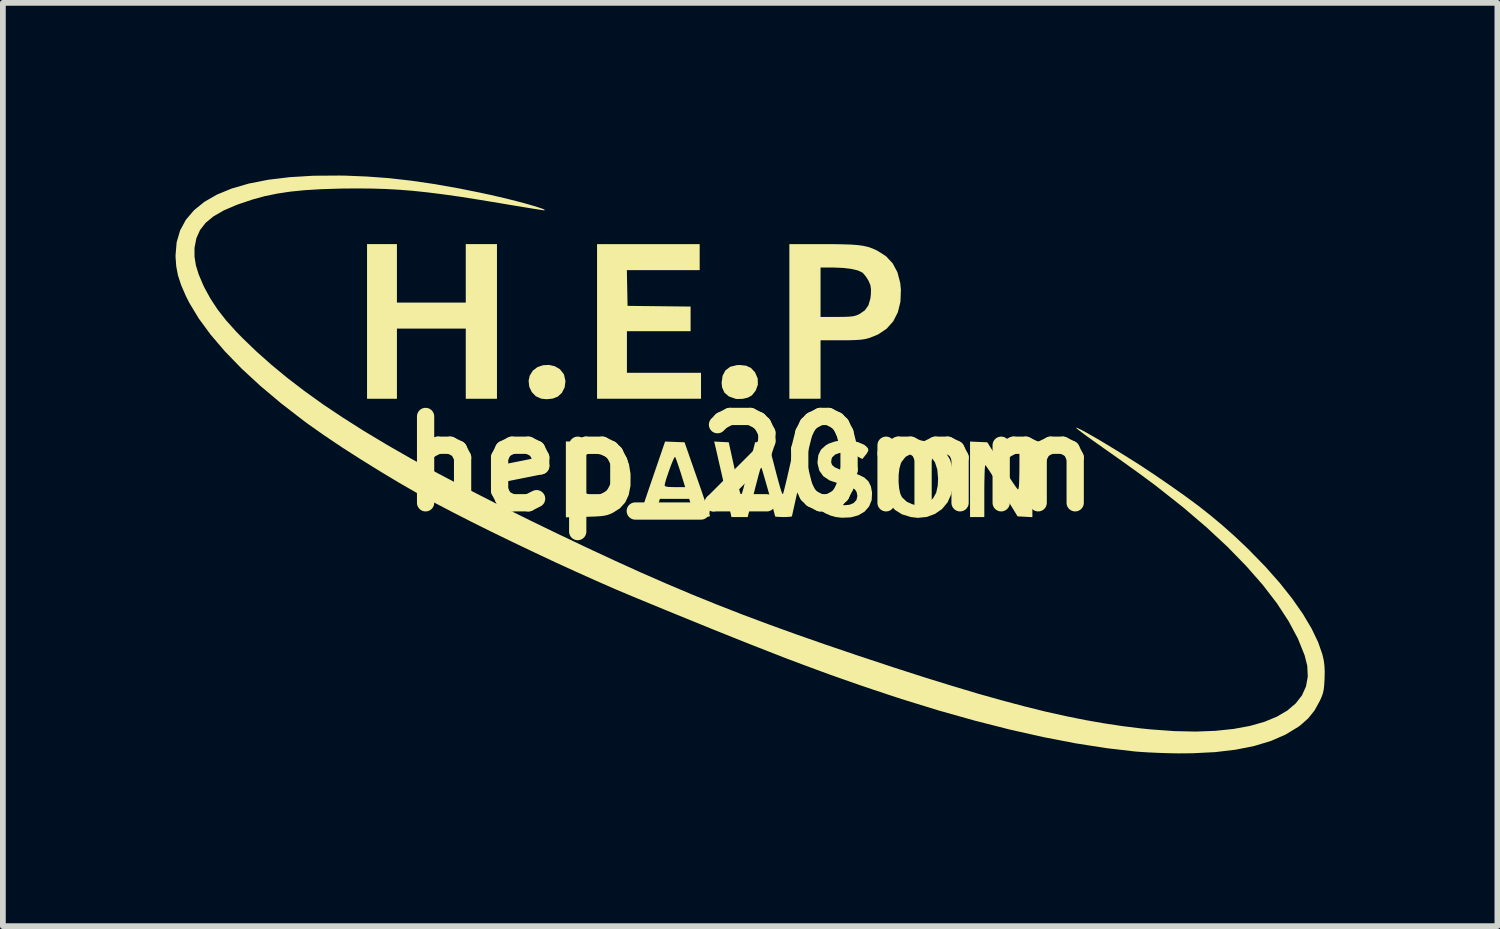
<source format=kicad_pcb>
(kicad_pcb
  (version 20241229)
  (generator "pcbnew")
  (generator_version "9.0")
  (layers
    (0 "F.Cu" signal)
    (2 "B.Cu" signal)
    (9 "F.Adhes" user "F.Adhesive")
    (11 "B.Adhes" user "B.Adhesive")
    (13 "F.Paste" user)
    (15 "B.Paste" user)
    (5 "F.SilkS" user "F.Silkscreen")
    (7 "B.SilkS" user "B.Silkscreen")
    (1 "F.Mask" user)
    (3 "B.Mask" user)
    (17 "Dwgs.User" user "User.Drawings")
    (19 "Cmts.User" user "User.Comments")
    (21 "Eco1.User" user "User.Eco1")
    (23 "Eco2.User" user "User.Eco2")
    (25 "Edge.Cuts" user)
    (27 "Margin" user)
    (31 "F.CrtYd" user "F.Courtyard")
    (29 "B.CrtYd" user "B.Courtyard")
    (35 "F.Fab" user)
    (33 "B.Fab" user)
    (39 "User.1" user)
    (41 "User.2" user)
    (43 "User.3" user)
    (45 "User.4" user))
  (footprint "hep_20mm"
    (layer "F.Cu")
    (at 9.987 5.007)
    (property "Reference" "hep_20mm" (at 0 0 0) (layer "F.SilkS") (effects (font (size 1.5 1.5) (thickness 0.3))))
    (attr board_only exclude_from_pos_files exclude_from_bom)
    (fp_poly (pts (xy -3.398 -1.694) (xy -3.31 -1.643) (xy -3.246 -1.563) (xy -3.236 -1.542) (xy -3.213 -1.434) (xy -3.227 -1.326) (xy -3.276 -1.231) (xy -3.347 -1.166) (xy -3.434 -1.132) (xy -3.541 -1.121) (xy -3.635 -1.131) (xy -3.727 -1.172) (xy -3.798 -1.245) (xy -3.842 -1.339) (xy -3.853 -1.444) (xy -3.834 -1.53) (xy -3.78 -1.618) (xy -3.699 -1.679) (xy -3.601 -1.712) (xy -3.498 -1.717)) (stroke (width 0) (type solid)) (fill yes) (layer "F.SilkS"))
    (fp_poly (pts (xy -0.075 -1.704) (xy 0.009 -1.665) (xy 0.077 -1.593) (xy 0.084 -1.582) (xy 0.127 -1.481) (xy 0.13 -1.374) (xy 0.092 -1.27) (xy 0.026 -1.188) (xy -0.043 -1.149) (xy -0.136 -1.127) (xy -0.232 -1.125) (xy -0.26 -1.129) (xy -0.374 -1.17) (xy -0.451 -1.235) (xy -0.492 -1.327) (xy -0.5 -1.408) (xy -0.483 -1.53) (xy -0.433 -1.623) (xy -0.35 -1.685) (xy -0.236 -1.713) (xy -0.187 -1.716)) (stroke (width 0) (type solid)) (fill yes) (layer "F.SilkS"))
    (fp_poly (pts (xy -6.141 -3.308) (xy -6.141 -2.8) (xy -5.543 -2.8) (xy -4.945 -2.8) (xy -4.945 -3.308) (xy -4.945 -3.816) (xy -4.674 -3.816) (xy -4.403 -3.816) (xy -4.403 -2.472) (xy -4.403 -1.129) (xy -4.674 -1.129) (xy -4.945 -1.129) (xy -4.945 -1.738) (xy -4.945 -2.348) (xy -5.543 -2.348) (xy -6.141 -2.348) (xy -6.141 -1.738) (xy -6.141 -1.129) (xy -6.401 -1.129) (xy -6.66 -1.129) (xy -6.66 -2.472) (xy -6.66 -3.816) (xy -6.401 -3.816) (xy -6.141 -3.816)) (stroke (width 0) (type solid)) (fill yes) (layer "F.SilkS"))
    (fp_poly (pts (xy -0.881 -3.59) (xy -0.881 -3.364) (xy -1.513 -3.364) (xy -2.146 -3.364) (xy -2.14 -3.054) (xy -2.134 -2.743) (xy -1.586 -2.737) (xy -1.039 -2.731) (xy -1.039 -2.517) (xy -1.039 -2.303) (xy -1.592 -2.303) (xy -2.145 -2.303) (xy -2.145 -1.942) (xy -2.145 -1.58) (xy -1.501 -1.58) (xy -0.858 -1.58) (xy -0.858 -1.355) (xy -0.858 -1.129) (xy -1.761 -1.129) (xy -2.664 -1.129) (xy -2.664 -2.472) (xy -2.664 -3.816) (xy -1.772 -3.816) (xy -0.881 -3.816)) (stroke (width 0) (type solid)) (fill yes) (layer "F.SilkS"))
    (fp_poly (pts (xy 3.966 -0.379) (xy 4.116 -0.373) (xy 4.37 0.033) (xy 4.447 0.154) (xy 4.516 0.261) (xy 4.575 0.349) (xy 4.619 0.412) (xy 4.645 0.444) (xy 4.649 0.447) (xy 4.658 0.434) (xy 4.666 0.384) (xy 4.67 0.296) (xy 4.673 0.168) (xy 4.674 0.036) (xy 4.674 -0.384) (xy 4.786 -0.384) (xy 4.899 -0.384) (xy 4.899 0.272) (xy 4.899 0.928) (xy 4.771 0.921) (xy 4.642 0.914) (xy 4.37 0.47) (xy 4.292 0.343) (xy 4.221 0.23) (xy 4.161 0.137) (xy 4.115 0.068) (xy 4.088 0.03) (xy 4.081 0.024) (xy 4.076 0.045) (xy 4.071 0.104) (xy 4.068 0.196) (xy 4.065 0.312) (xy 4.064 0.446) (xy 4.064 0.474) (xy 4.064 0.926) (xy 3.94 0.926) (xy 3.816 0.926) (xy 3.816 0.27) (xy 3.816 -0.386)) (stroke (width 0) (type solid)) (fill yes) (layer "F.SilkS"))
    (fp_poly (pts (xy -2.839 -0.38) (xy -2.698 -0.376) (xy -2.594 -0.372) (xy -2.518 -0.365) (xy -2.463 -0.355) (xy -2.42 -0.342) (xy -2.382 -0.324) (xy -2.257 -0.237) (xy -2.167 -0.129) (xy -2.11 0.006) (xy -2.083 0.172) (xy -2.082 0.189) (xy -2.083 0.381) (xy -2.114 0.541) (xy -2.174 0.671) (xy -2.267 0.774) (xy -2.385 0.849) (xy -2.438 0.874) (xy -2.486 0.891) (xy -2.54 0.903) (xy -2.607 0.911) (xy -2.699 0.917) (xy -2.824 0.921) (xy -2.86 0.922) (xy -3.206 0.931) (xy -3.206 0.7) (xy -2.959 0.7) (xy -2.77 0.7) (xy -2.669 0.698) (xy -2.6 0.69) (xy -2.549 0.674) (xy -2.505 0.649) (xy -2.423 0.578) (xy -2.37 0.491) (xy -2.343 0.378) (xy -2.337 0.271) (xy -2.347 0.128) (xy -2.377 0.019) (xy -2.433 -0.063) (xy -2.517 -0.124) (xy -2.529 -0.13) (xy -2.598 -0.16) (xy -2.669 -0.174) (xy -2.759 -0.177) (xy -2.788 -0.176) (xy -2.946 -0.169) (xy -2.953 0.265) (xy -2.959 0.7) (xy -3.206 0.7) (xy -3.206 0.272) (xy -3.206 -0.388)) (stroke (width 0) (type solid)) (fill yes) (layer "F.SilkS"))
    (fp_poly (pts (xy -1.313 -0.379) (xy -1.144 -0.373) (xy -0.923 0.26) (xy -0.867 0.42) (xy -0.817 0.566) (xy -0.773 0.693) (xy -0.738 0.796) (xy -0.714 0.868) (xy -0.702 0.905) (xy -0.701 0.909) (xy -0.721 0.918) (xy -0.773 0.924) (xy -0.831 0.926) (xy -0.962 0.926) (xy -1.013 0.768) (xy -1.064 0.61) (xy -1.318 0.61) (xy -1.572 0.61) (xy -1.622 0.768) (xy -1.673 0.926) (xy -1.796 0.926) (xy -1.864 0.923) (xy -1.909 0.916) (xy -1.92 0.909) (xy -1.913 0.884) (xy -1.893 0.822) (xy -1.862 0.728) (xy -1.822 0.607) (xy -1.774 0.466) (xy -1.744 0.378) (xy -1.49 0.378) (xy -1.474 0.394) (xy -1.424 0.403) (xy -1.335 0.406) (xy -1.312 0.406) (xy -1.133 0.406) (xy -1.212 0.152) (xy -1.245 0.051) (xy -1.274 -0.034) (xy -1.297 -0.095) (xy -1.309 -0.121) (xy -1.321 -0.107) (xy -1.344 -0.06) (xy -1.373 0.01) (xy -1.404 0.094) (xy -1.435 0.183) (xy -1.463 0.266) (xy -1.482 0.333) (xy -1.49 0.376) (xy -1.49 0.378) (xy -1.744 0.378) (xy -1.72 0.309) (xy -1.701 0.253) (xy -1.482 -0.386)) (stroke (width 0) (type solid)) (fill yes) (layer "F.SilkS"))
    (fp_poly (pts (xy 1.458 -3.815) (xy 1.627 -3.812) (xy 1.764 -3.807) (xy 1.875 -3.798) (xy 1.966 -3.785) (xy 2.044 -3.767) (xy 2.114 -3.743) (xy 2.184 -3.712) (xy 2.205 -3.702) (xy 2.357 -3.605) (xy 2.473 -3.48) (xy 2.555 -3.326) (xy 2.603 -3.143) (xy 2.615 -3.023) (xy 2.607 -2.815) (xy 2.562 -2.632) (xy 2.482 -2.475) (xy 2.367 -2.346) (xy 2.218 -2.246) (xy 2.072 -2.187) (xy 2.006 -2.169) (xy 1.933 -2.157) (xy 1.843 -2.15) (xy 1.726 -2.146) (xy 1.578 -2.145) (xy 1.219 -2.145) (xy 1.219 -1.637) (xy 1.219 -1.129) (xy 0.948 -1.129) (xy 0.677 -1.129) (xy 0.677 -2.472) (xy 0.677 -2.98) (xy 1.219 -2.98) (xy 1.219 -2.551) (xy 1.508 -2.551) (xy 1.632 -2.552) (xy 1.721 -2.556) (xy 1.786 -2.563) (xy 1.837 -2.576) (xy 1.884 -2.596) (xy 1.897 -2.602) (xy 1.989 -2.666) (xy 2.05 -2.752) (xy 2.084 -2.868) (xy 2.093 -2.942) (xy 2.095 -3.033) (xy 2.085 -3.102) (xy 2.057 -3.17) (xy 2.051 -3.182) (xy 2.008 -3.251) (xy 1.96 -3.308) (xy 1.942 -3.324) (xy 1.868 -3.358) (xy 1.757 -3.384) (xy 1.614 -3.402) (xy 1.446 -3.409) (xy 1.417 -3.409) (xy 1.219 -3.409) (xy 1.219 -2.98) (xy 0.677 -2.98) (xy 0.677 -3.816) (xy 1.25 -3.816)) (stroke (width 0) (type solid)) (fill yes) (layer "F.SilkS"))
    (fp_poly (pts (xy 2.975 -0.402) (xy 3.141 -0.371) (xy 3.279 -0.307) (xy 3.387 -0.208) (xy 3.467 -0.074) (xy 3.469 -0.071) (xy 3.496 0.025) (xy 3.513 0.148) (xy 3.518 0.283) (xy 3.511 0.413) (xy 3.491 0.523) (xy 3.49 0.527) (xy 3.427 0.669) (xy 3.331 0.785) (xy 3.208 0.871) (xy 3.066 0.924) (xy 2.909 0.94) (xy 2.788 0.926) (xy 2.633 0.878) (xy 2.512 0.803) (xy 2.42 0.698) (xy 2.369 0.604) (xy 2.342 0.537) (xy 2.326 0.47) (xy 2.318 0.388) (xy 2.316 0.311) (xy 2.574 0.311) (xy 2.584 0.426) (xy 2.605 0.522) (xy 2.633 0.581) (xy 2.715 0.659) (xy 2.819 0.706) (xy 2.931 0.721) (xy 3.04 0.7) (xy 3.095 0.671) (xy 3.175 0.599) (xy 3.228 0.504) (xy 3.255 0.379) (xy 3.261 0.259) (xy 3.247 0.098) (xy 3.206 -0.027) (xy 3.138 -0.117) (xy 3.042 -0.171) (xy 2.92 -0.189) (xy 2.914 -0.189) (xy 2.791 -0.172) (xy 2.696 -0.12) (xy 2.627 -0.033) (xy 2.614 -0.006) (xy 2.589 0.082) (xy 2.576 0.192) (xy 2.574 0.311) (xy 2.316 0.311) (xy 2.315 0.277) (xy 2.315 0.26) (xy 2.316 0.151) (xy 2.321 0.073) (xy 2.334 0.011) (xy 2.355 -0.048) (xy 2.379 -0.098) (xy 2.465 -0.229) (xy 2.578 -0.324) (xy 2.717 -0.382) (xy 2.883 -0.404)) (stroke (width 0) (type solid)) (fill yes) (layer "F.SilkS"))
    (fp_poly (pts (xy 1.744 -0.401) (xy 1.869 -0.376) (xy 1.973 -0.332) (xy 2.011 -0.303) (xy 2.045 -0.264) (xy 2.048 -0.225) (xy 2.019 -0.174) (xy 1.998 -0.148) (xy 1.944 -0.081) (xy 1.857 -0.13) (xy 1.753 -0.174) (xy 1.648 -0.193) (xy 1.552 -0.188) (xy 1.474 -0.161) (xy 1.422 -0.112) (xy 1.41 -0.083) (xy 1.403 -0.025) (xy 1.419 0.021) (xy 1.463 0.06) (xy 1.539 0.094) (xy 1.652 0.128) (xy 1.73 0.147) (xy 1.874 0.188) (xy 1.979 0.239) (xy 2.05 0.305) (xy 2.093 0.391) (xy 2.114 0.501) (xy 2.107 0.632) (xy 2.062 0.743) (xy 1.984 0.832) (xy 1.875 0.896) (xy 1.741 0.932) (xy 1.586 0.938) (xy 1.484 0.926) (xy 1.391 0.9) (xy 1.297 0.858) (xy 1.216 0.808) (xy 1.16 0.758) (xy 1.15 0.743) (xy 1.14 0.706) (xy 1.153 0.665) (xy 1.185 0.619) (xy 1.224 0.572) (xy 1.251 0.545) (xy 1.257 0.542) (xy 1.28 0.555) (xy 1.324 0.588) (xy 1.34 0.602) (xy 1.438 0.667) (xy 1.539 0.707) (xy 1.636 0.721) (xy 1.724 0.712) (xy 1.794 0.682) (xy 1.842 0.631) (xy 1.859 0.56) (xy 1.846 0.492) (xy 1.819 0.45) (xy 1.765 0.413) (xy 1.678 0.379) (xy 1.553 0.346) (xy 1.518 0.338) (xy 1.374 0.289) (xy 1.267 0.217) (xy 1.198 0.121) (xy 1.168 0.003) (xy 1.166 -0.026) (xy 1.18 -0.149) (xy 1.226 -0.245) (xy 1.311 -0.321) (xy 1.364 -0.351) (xy 1.478 -0.39) (xy 1.609 -0.406)) (stroke (width 0) (type solid)) (fill yes) (layer "F.SilkS"))
    (fp_poly (pts (xy -0.502 -0.379) (xy -0.376 -0.373) (xy -0.282 0.056) (xy -0.246 0.219) (xy -0.219 0.343) (xy -0.198 0.431) (xy -0.183 0.49) (xy -0.172 0.523) (xy -0.163 0.535) (xy -0.156 0.531) (xy -0.148 0.516) (xy -0.146 0.511) (xy -0.135 0.477) (xy -0.116 0.407) (xy -0.09 0.307) (xy -0.059 0.187) (xy -0.025 0.054) (xy -0.024 0.049) (xy 0.082 -0.373) (xy 0.194 -0.379) (xy 0.306 -0.386) (xy 0.358 -0.187) (xy 0.41 0.014) (xy 0.452 0.176) (xy 0.486 0.302) (xy 0.512 0.396) (xy 0.532 0.461) (xy 0.546 0.502) (xy 0.557 0.523) (xy 0.564 0.527) (xy 0.566 0.526) (xy 0.574 0.501) (xy 0.59 0.44) (xy 0.612 0.351) (xy 0.638 0.243) (xy 0.665 0.124) (xy 0.693 0.001) (xy 0.718 -0.116) (xy 0.741 -0.22) (xy 0.757 -0.302) (xy 0.766 -0.355) (xy 0.768 -0.367) (xy 0.788 -0.376) (xy 0.841 -0.382) (xy 0.893 -0.384) (xy 0.965 -0.382) (xy 1.001 -0.374) (xy 1.01 -0.358) (xy 1.008 -0.344) (xy 0.999 -0.311) (xy 0.983 -0.241) (xy 0.96 -0.143) (xy 0.933 -0.023) (xy 0.902 0.111) (xy 0.869 0.255) (xy 0.837 0.399) (xy 0.805 0.538) (xy 0.777 0.665) (xy 0.753 0.772) (xy 0.735 0.854) (xy 0.724 0.903) (xy 0.722 0.913) (xy 0.702 0.92) (xy 0.648 0.924) (xy 0.576 0.926) (xy 0.501 0.924) (xy 0.448 0.92) (xy 0.429 0.915) (xy 0.423 0.888) (xy 0.407 0.826) (xy 0.384 0.738) (xy 0.355 0.632) (xy 0.323 0.516) (xy 0.29 0.399) (xy 0.258 0.288) (xy 0.23 0.192) (xy 0.209 0.12) (xy 0.196 0.079) (xy 0.193 0.073) (xy 0.187 0.069) (xy 0.181 0.074) (xy 0.172 0.094) (xy 0.16 0.134) (xy 0.141 0.2) (xy 0.116 0.298) (xy 0.08 0.434) (xy 0.079 0.44) (xy 0.048 0.561) (xy 0.018 0.674) (xy -0.006 0.767) (xy -0.022 0.83) (xy -0.025 0.841) (xy -0.047 0.926) (xy -0.188 0.926) (xy -0.329 0.926) (xy -0.448 0.401) (xy -0.484 0.244) (xy -0.518 0.095) (xy -0.549 -0.039) (xy -0.574 -0.15) (xy -0.592 -0.229) (xy -0.598 -0.255) (xy -0.629 -0.386)) (stroke (width 0) (type solid)) (fill yes) (layer "F.SilkS"))
    (fp_poly (pts (xy -7.048 -5.006) (xy -6.662 -4.99) (xy -6.28 -4.962) (xy -5.892 -4.918) (xy -5.488 -4.859) (xy -5.06 -4.783) (xy -4.687 -4.708) (xy -4.522 -4.672) (xy -4.355 -4.634) (xy -4.193 -4.595) (xy -4.04 -4.556) (xy -3.901 -4.519) (xy -3.78 -4.484) (xy -3.682 -4.454) (xy -3.612 -4.43) (xy -3.575 -4.413) (xy -3.576 -4.404) (xy -3.586 -4.403) (xy -3.615 -4.407) (xy -3.682 -4.417) (xy -3.784 -4.433) (xy -3.913 -4.454) (xy -4.065 -4.479) (xy -4.234 -4.507) (xy -4.35 -4.527) (xy -4.715 -4.587) (xy -5.043 -4.639) (xy -5.34 -4.681) (xy -5.612 -4.715) (xy -5.866 -4.742) (xy -6.109 -4.761) (xy -6.346 -4.774) (xy -6.586 -4.781) (xy -6.833 -4.783) (xy -7.095 -4.781) (xy -7.14 -4.78) (xy -7.459 -4.77) (xy -7.741 -4.753) (xy -7.993 -4.728) (xy -8.224 -4.693) (xy -8.441 -4.648) (xy -8.652 -4.59) (xy -8.864 -4.519) (xy -8.933 -4.494) (xy -9.152 -4.4) (xy -9.328 -4.298) (xy -9.464 -4.186) (xy -9.562 -4.06) (xy -9.625 -3.919) (xy -9.656 -3.76) (xy -9.658 -3.736) (xy -9.657 -3.593) (xy -9.634 -3.448) (xy -9.586 -3.292) (xy -9.511 -3.115) (xy -9.485 -3.059) (xy -9.379 -2.866) (xy -9.256 -2.679) (xy -9.109 -2.491) (xy -8.931 -2.293) (xy -8.818 -2.178) (xy -8.578 -1.947) (xy -8.321 -1.719) (xy -8.046 -1.492) (xy -7.75 -1.265) (xy -7.431 -1.036) (xy -7.087 -0.806) (xy -6.717 -0.571) (xy -6.317 -0.331) (xy -5.887 -0.084) (xy -5.423 0.17) (xy -4.924 0.433) (xy -4.388 0.707) (xy -3.812 0.992) (xy -3.364 1.209) (xy -2.849 1.454) (xy -2.364 1.68) (xy -1.901 1.89) (xy -1.453 2.086) (xy -1.013 2.272) (xy -0.574 2.45) (xy -0.128 2.624) (xy 0.332 2.796) (xy 0.813 2.97) (xy 1.323 3.148) (xy 1.868 3.333) (xy 1.953 3.361) (xy 2.505 3.544) (xy 3.018 3.709) (xy 3.496 3.857) (xy 3.943 3.991) (xy 4.362 4.109) (xy 4.756 4.214) (xy 5.127 4.306) (xy 5.481 4.385) (xy 5.819 4.453) (xy 6.145 4.51) (xy 6.463 4.558) (xy 6.775 4.597) (xy 6.965 4.616) (xy 7.365 4.645) (xy 7.738 4.653) (xy 8.082 4.64) (xy 8.395 4.607) (xy 8.678 4.555) (xy 8.929 4.484) (xy 9.145 4.395) (xy 9.328 4.288) (xy 9.474 4.164) (xy 9.583 4.024) (xy 9.653 3.868) (xy 9.684 3.696) (xy 9.675 3.51) (xy 9.629 3.328) (xy 9.512 3.037) (xy 9.351 2.736) (xy 9.148 2.425) (xy 8.903 2.106) (xy 8.616 1.779) (xy 8.29 1.444) (xy 7.923 1.103) (xy 7.518 0.757) (xy 7.074 0.406) (xy 6.962 0.321) (xy 6.86 0.246) (xy 6.731 0.151) (xy 6.583 0.045) (xy 6.424 -0.069) (xy 6.265 -0.181) (xy 6.157 -0.257) (xy 6.024 -0.351) (xy 5.904 -0.436) (xy 5.803 -0.51) (xy 5.725 -0.569) (xy 5.674 -0.609) (xy 5.655 -0.627) (xy 5.655 -0.627) (xy 5.679 -0.622) (xy 5.737 -0.595) (xy 5.823 -0.549) (xy 5.933 -0.487) (xy 6.063 -0.412) (xy 6.206 -0.326) (xy 6.359 -0.233) (xy 6.517 -0.135) (xy 6.675 -0.036) (xy 6.829 0.063) (xy 6.973 0.159) (xy 6.977 0.161) (xy 7.274 0.364) (xy 7.539 0.551) (xy 7.778 0.727) (xy 7.996 0.899) (xy 8.202 1.071) (xy 8.401 1.248) (xy 8.602 1.437) (xy 8.666 1.5) (xy 8.945 1.786) (xy 9.195 2.068) (xy 9.413 2.343) (xy 9.599 2.609) (xy 9.75 2.863) (xy 9.864 3.101) (xy 9.936 3.307) (xy 9.96 3.408) (xy 9.973 3.501) (xy 9.978 3.604) (xy 9.976 3.723) (xy 9.97 3.838) (xy 9.961 3.922) (xy 9.946 3.99) (xy 9.921 4.059) (xy 9.893 4.119) (xy 9.801 4.287) (xy 9.691 4.424) (xy 9.553 4.546) (xy 9.517 4.572) (xy 9.298 4.705) (xy 9.046 4.815) (xy 8.759 4.902) (xy 8.436 4.967) (xy 8.076 5.01) (xy 7.679 5.03) (xy 7.434 5.032) (xy 7.269 5.029) (xy 7.091 5.023) (xy 6.915 5.015) (xy 6.759 5.005) (xy 6.683 4.999) (xy 6.185 4.941) (xy 5.655 4.858) (xy 5.094 4.75) (xy 4.507 4.618) (xy 3.898 4.463) (xy 3.269 4.286) (xy 2.624 4.087) (xy 2.393 4.011) (xy 2.137 3.926) (xy 1.887 3.841) (xy 1.641 3.755) (xy 1.394 3.668) (xy 1.143 3.576) (xy 0.884 3.48) (xy 0.614 3.378) (xy 0.329 3.267) (xy 0.025 3.148) (xy -0.301 3.018) (xy -0.652 2.877) (xy -1.033 2.722) (xy -1.447 2.553) (xy -1.898 2.367) (xy -2.058 2.301) (xy -2.352 2.177) (xy -2.678 2.034) (xy -3.028 1.877) (xy -3.393 1.71) (xy -3.765 1.535) (xy -4.136 1.358) (xy -4.498 1.182) (xy -4.844 1.01) (xy -5.164 0.847) (xy -5.452 0.696) (xy -5.453 0.696) (xy -5.772 0.521) (xy -6.105 0.329) (xy -6.443 0.126) (xy -6.778 -0.082) (xy -7.101 -0.289) (xy -7.403 -0.492) (xy -7.674 -0.683) (xy -7.752 -0.74) (xy -8.15 -1.047) (xy -8.513 -1.352) (xy -8.839 -1.653) (xy -9.127 -1.95) (xy -9.376 -2.241) (xy -9.584 -2.524) (xy -9.75 -2.799) (xy -9.81 -2.919) (xy -9.89 -3.104) (xy -9.944 -3.269) (xy -9.975 -3.428) (xy -9.987 -3.593) (xy -9.987 -3.624) (xy -9.968 -3.848) (xy -9.908 -4.053) (xy -9.808 -4.238) (xy -9.667 -4.404) (xy -9.487 -4.55) (xy -9.268 -4.676) (xy -9.01 -4.782) (xy -8.713 -4.868) (xy -8.377 -4.934) (xy -8.004 -4.979) (xy -7.592 -5.004) (xy -7.143 -5.007)) (stroke (width 0) (type solid)) (fill yes) (layer "F.SilkS")))
  (gr_rect
    (start -3 -3)
    (end 22.965 13.04)
    (stroke (width 0.1) (type default))
    (fill no)
    (layer "Edge.Cuts")))
</source>
